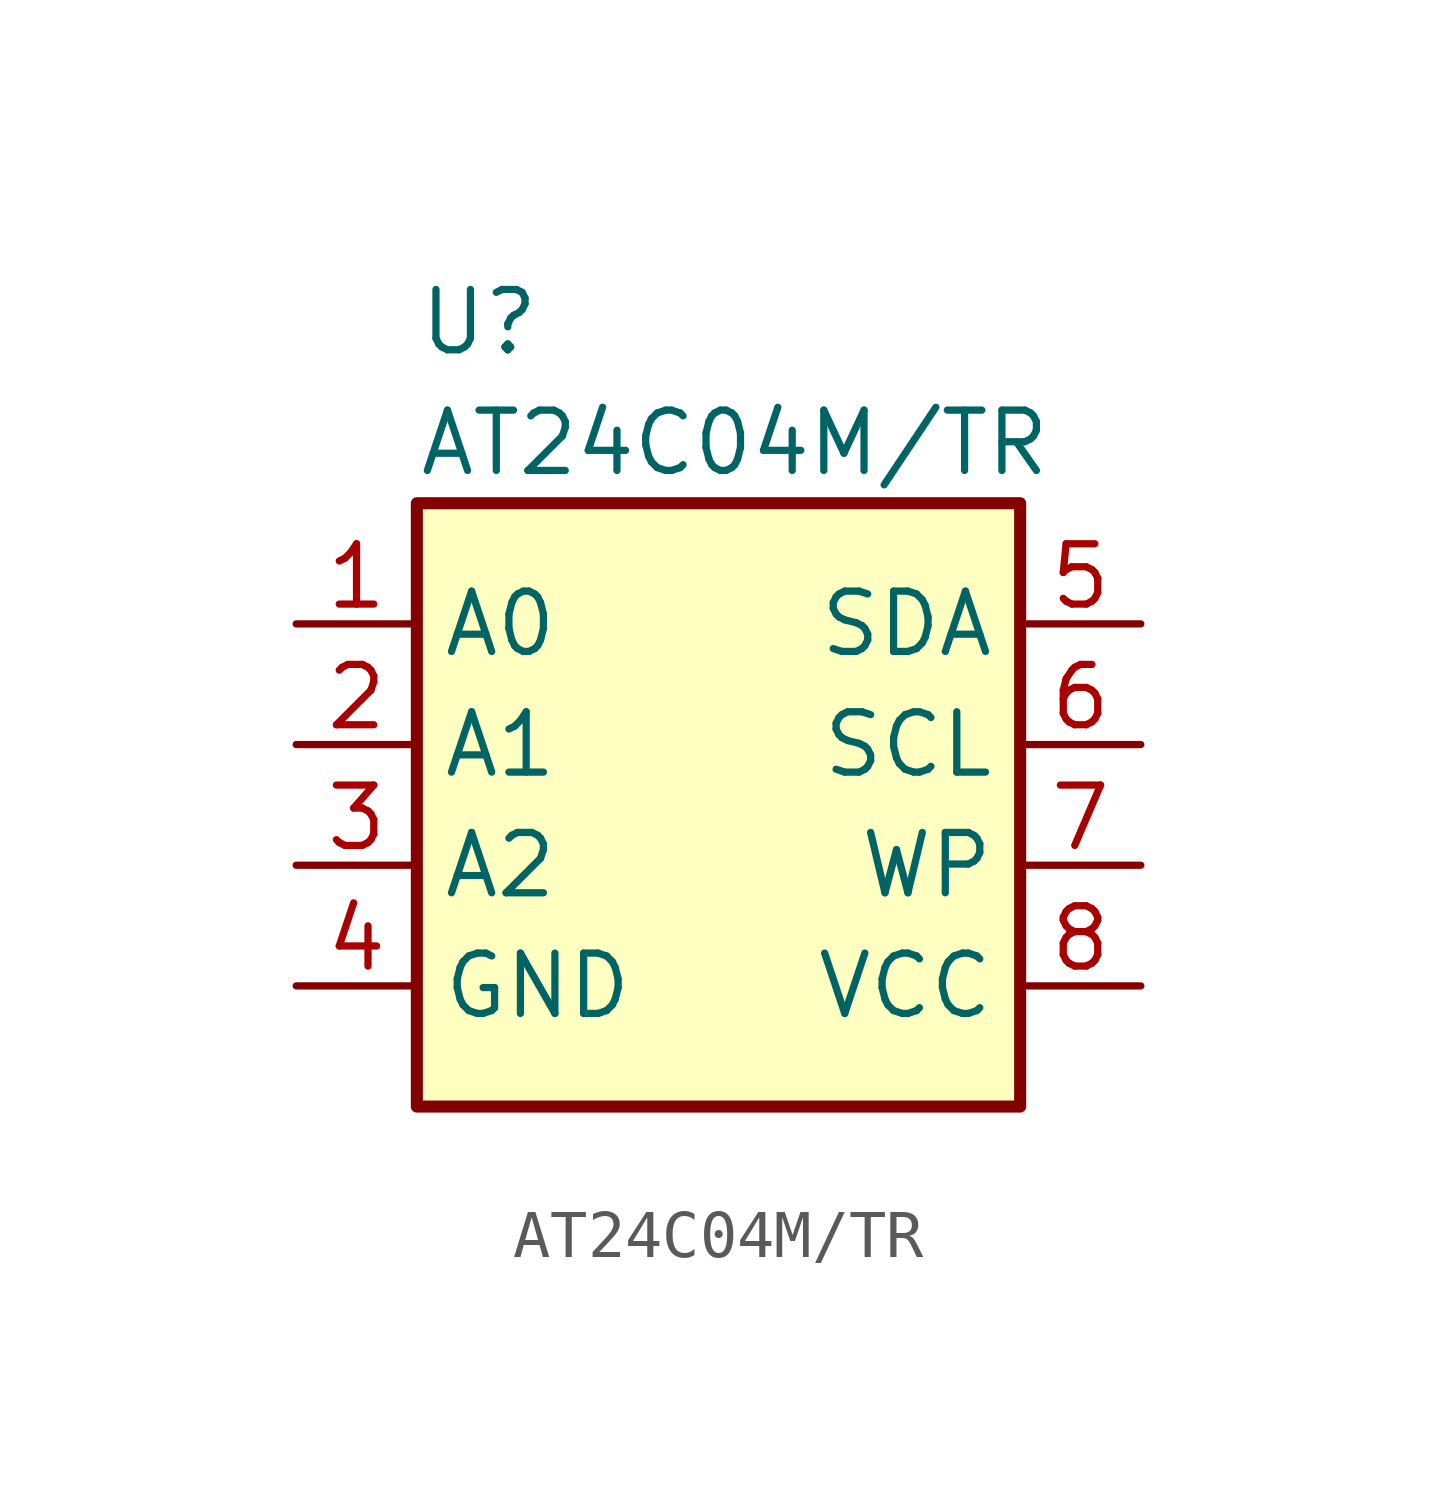
<source format=kicad_sym>
(kicad_symbol_lib
  (version 20220914)
  (generator kicad_symbol_editor)
  (symbol "AT24C04M/TR"
    (property "Reference" "U"
      (at -6.35 10.16 0)
      (effects (font (size 1.27 1.27)) (justify left)))
    (property "Value" "AT24C04M/TR"
      (at -6.35 7.62 0)
      (effects (font (size 1.27 1.27)) (justify left)))
    (symbol "AT24C04M/TR_1_1"
      (rectangle (start -6.35 6.35) (end 6.35 -6.35) (stroke (width 0.254) (type default)) (fill (type background)))
      (pin input line (at -8.89 3.81 0) (length 2.54) (name "A0" (effects (font (size 1.27 1.27)))) (number "1" (effects (font (size 1.27 1.27)))))
      (pin input line (at -8.89 1.27 0) (length 2.54) (name "A1" (effects (font (size 1.27 1.27)))) (number "2" (effects (font (size 1.27 1.27)))))
      (pin input line (at -8.89 -1.27 0) (length 2.54) (name "A2" (effects (font (size 1.27 1.27)))) (number "3" (effects (font (size 1.27 1.27)))))
      (pin power_in line (at -8.89 -3.81 0) (length 2.54) (name "GND" (effects (font (size 1.27 1.27)))) (number "4" (effects (font (size 1.27 1.27)))))
      (pin bidirectional line (at 8.89 3.81 180) (length 2.54) (name "SDA" (effects (font (size 1.27 1.27)))) (number "5" (effects (font (size 1.27 1.27)))))
      (pin input line (at 8.89 1.27 180) (length 2.54) (name "SCL" (effects (font (size 1.27 1.27)))) (number "6" (effects (font (size 1.27 1.27)))))
      (pin input line (at 8.89 -1.27 180) (length 2.54) (name "WP" (effects (font (size 1.27 1.27)))) (number "7" (effects (font (size 1.27 1.27)))))
      (pin power_in line (at 8.89 -3.81 180) (length 2.54) (name "VCC" (effects (font (size 1.27 1.27)))) (number "8" (effects (font (size 1.27 1.27))))))))
</source>
